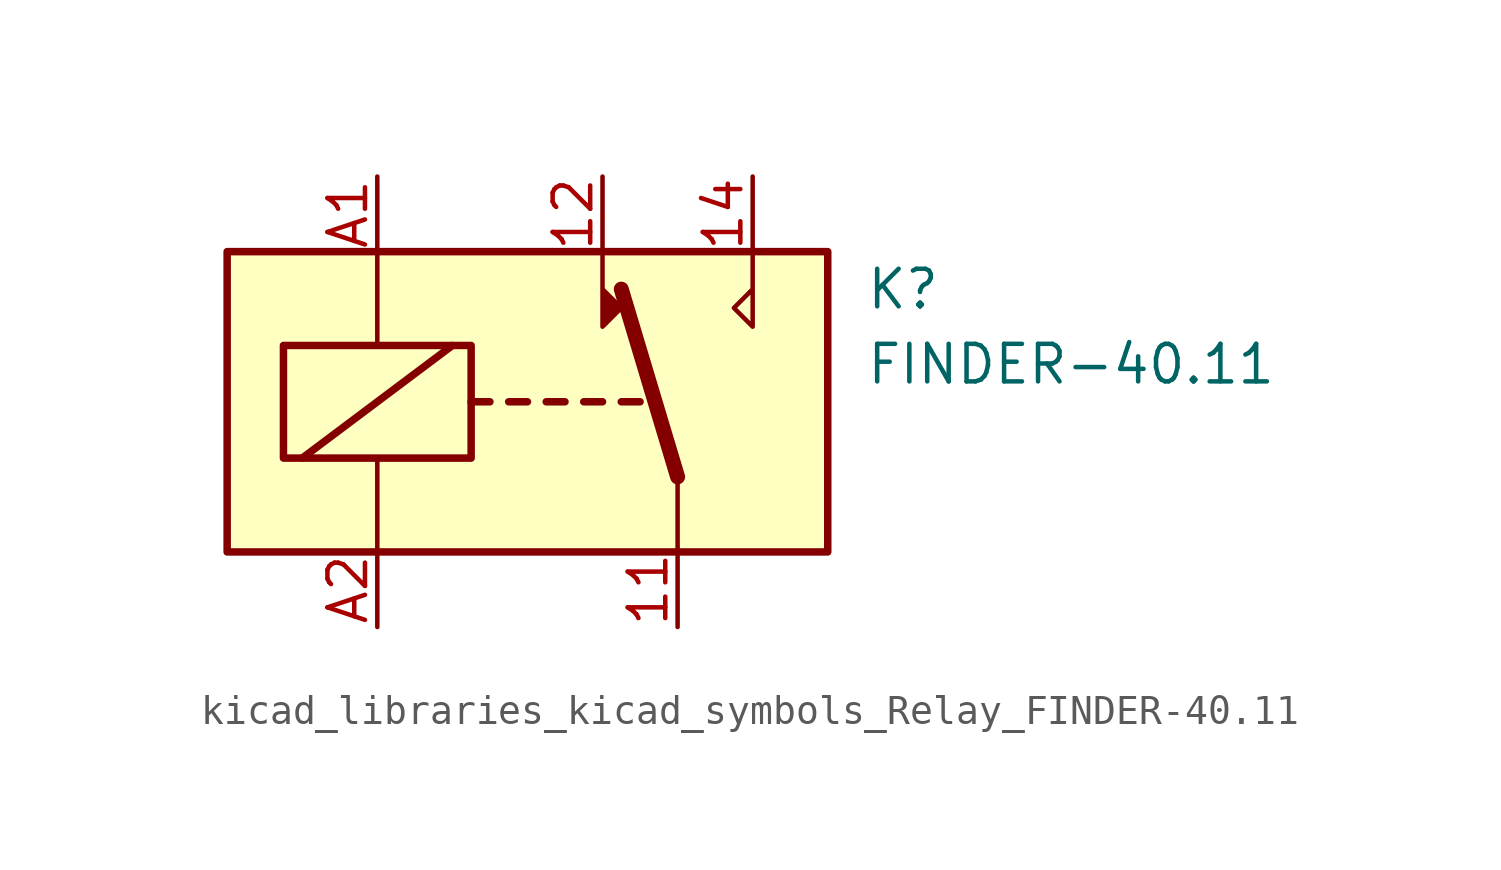
<source format=kicad_sym>
(kicad_symbol_lib
  (version 20220914)
  (generator kicad_symbol_editor)
  (symbol "kicad_libraries_kicad_symbols_Relay_FINDER-40.11"
    (property "Reference" "K"
      (at 11.43 3.81 0)
      (effects (font (size 1.27 1.27)) (justify left)))
    (property "Value" "FINDER-40.11"
      (at 11.43 1.27 0)
      (effects (font (size 1.27 1.27)) (justify left)))
    (symbol "kicad_libraries_kicad_symbols_Relay_FINDER-40.11_0_0"
      (polyline (pts (xy 7.62 5.08) (xy 7.62 2.54) (xy 6.985 3.175) (xy 7.62 3.81)) (stroke (width 0) (type default)) (fill (type none))))
    (symbol "kicad_libraries_kicad_symbols_Relay_FINDER-40.11_0_1"
      (rectangle (start -10.16 5.08) (end 10.16 -5.08) (stroke (width 0.254) (type default)) (fill (type background)))
      (rectangle (start -8.255 1.905) (end -1.905 -1.905) (stroke (width 0.254) (type default)) (fill (type none)))
      (polyline (pts (xy -7.62 -1.905) (xy -2.54 1.905)) (stroke (width 0.254) (type default)) (fill (type none)))
      (polyline (pts (xy -5.08 -5.08) (xy -5.08 -1.905)) (stroke (width 0) (type default)) (fill (type none)))
      (polyline (pts (xy -5.08 5.08) (xy -5.08 1.905)) (stroke (width 0) (type default)) (fill (type none)))
      (polyline (pts (xy -1.905 0) (xy -1.27 0)) (stroke (width 0.254) (type default)) (fill (type none)))
      (polyline (pts (xy -0.635 0) (xy 0 0)) (stroke (width 0.254) (type default)) (fill (type none)))
      (polyline (pts (xy 0.635 0) (xy 1.27 0)) (stroke (width 0.254) (type default)) (fill (type none)))
      (polyline (pts (xy 1.905 0) (xy 2.54 0)) (stroke (width 0.254) (type default)) (fill (type none)))
      (polyline (pts (xy 3.175 0) (xy 3.81 0)) (stroke (width 0.254) (type default)) (fill (type none)))
      (polyline (pts (xy 5.08 -2.54) (xy 3.175 3.81)) (stroke (width 0.508) (type default)) (fill (type none)))
      (polyline (pts (xy 5.08 -2.54) (xy 5.08 -5.08)) (stroke (width 0) (type default)) (fill (type none)))
      (polyline (pts (xy 2.54 5.08) (xy 2.54 2.54) (xy 3.175 3.175) (xy 2.54 3.81)) (stroke (width 0) (type default)) (fill (type outline))))
    (symbol "kicad_libraries_kicad_symbols_Relay_FINDER-40.11_1_1"
      (pin passive line (at 5.08 -7.62 90) (length 2.54) (name "~" (effects (font (size 1.27 1.27)))) (number "11" (effects (font (size 1.27 1.27)))))
      (pin passive line (at 2.54 7.62 270) (length 2.54) (name "~" (effects (font (size 1.27 1.27)))) (number "12" (effects (font (size 1.27 1.27)))))
      (pin passive line (at 7.62 7.62 270) (length 2.54) (name "~" (effects (font (size 1.27 1.27)))) (number "14" (effects (font (size 1.27 1.27)))))
      (pin passive line (at -5.08 7.62 270) (length 2.54) (name "~" (effects (font (size 1.27 1.27)))) (number "A1" (effects (font (size 1.27 1.27)))))
      (pin passive line (at -5.08 -7.62 90) (length 2.54) (name "~" (effects (font (size 1.27 1.27)))) (number "A2" (effects (font (size 1.27 1.27))))))))
</source>
